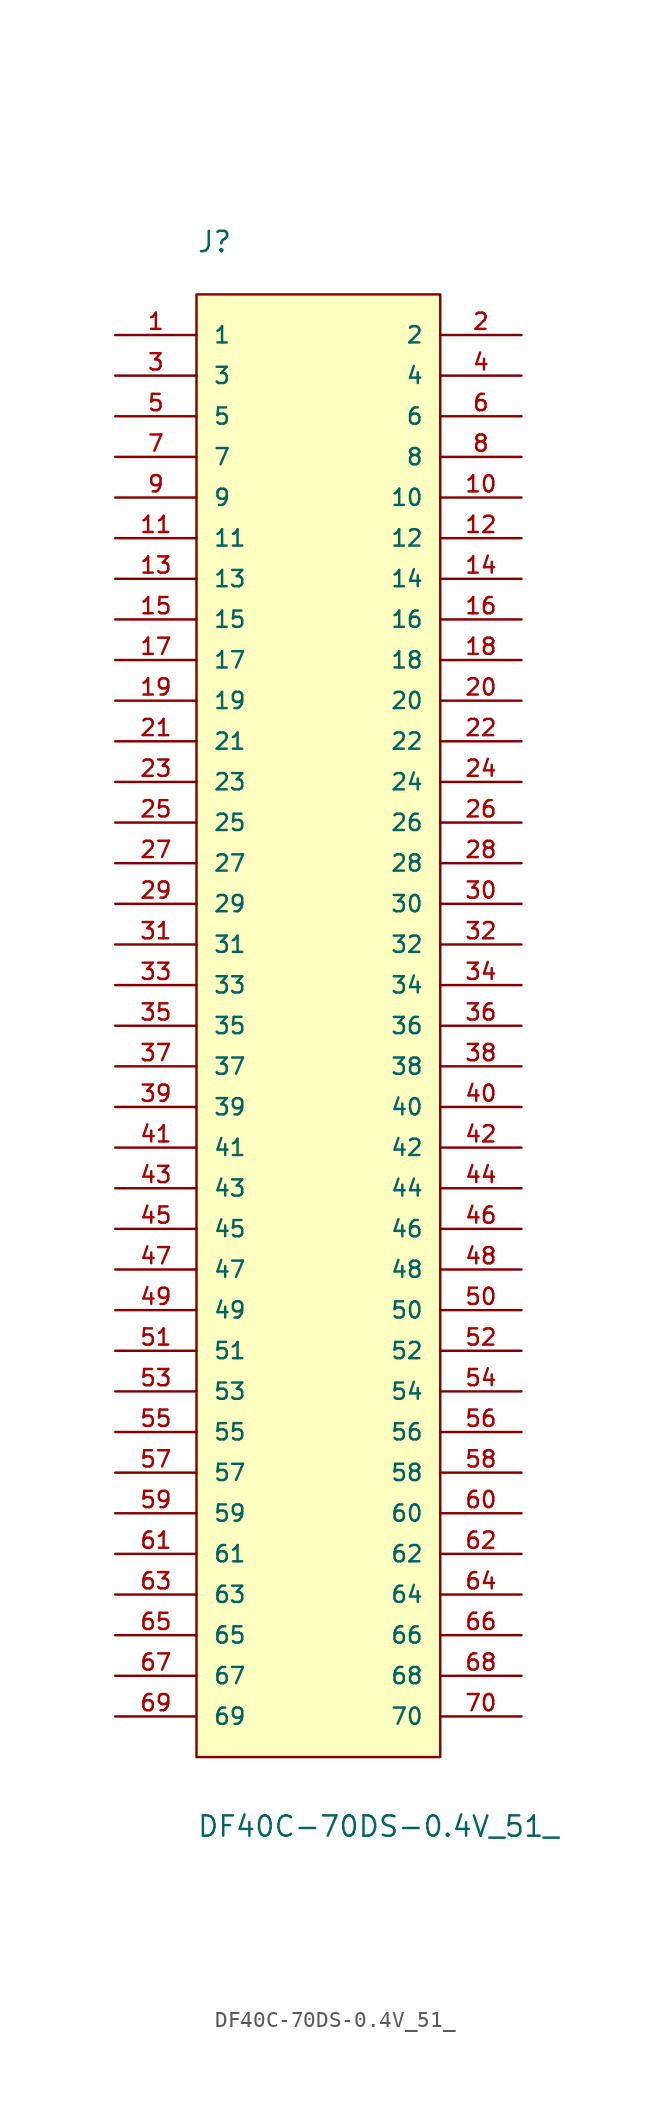
<source format=kicad_sym>
(kicad_symbol_lib
  (version 20231120)
  (generator "kicad_symbol_editor")
  (generator_version "8.0")
  (symbol "DF40C-70DS-0.4V_51_"
    (pin_names
      (offset 1.016))
    (property "Reference" "J"
      (at -7.62 48.26 0)
      (effects (font (size 1.27 1.27)) (justify left bottom)))
    (property "Value" "DF40C-70DS-0.4V_51_"
      (at -7.62 -50.8 0)
      (effects (font (size 1.27 1.27)) (justify left bottom)))
    (symbol "DF40C-70DS-0.4V_51__0_0"
      (rectangle (start -7.62 -45.72) (end 7.62 45.72) (stroke (width 0.152) (type default)) (fill (type background)))
      (pin passive line (at -12.7 43.18 0) (length 5.08) (name "1" (effects (font (size 1.016 1.016)))) (number "1" (effects (font (size 1.016 1.016)))))
      (pin passive line (at 12.7 33.02 180) (length 5.08) (name "10" (effects (font (size 1.016 1.016)))) (number "10" (effects (font (size 1.016 1.016)))))
      (pin passive line (at -12.7 30.48 0) (length 5.08) (name "11" (effects (font (size 1.016 1.016)))) (number "11" (effects (font (size 1.016 1.016)))))
      (pin passive line (at 12.7 30.48 180) (length 5.08) (name "12" (effects (font (size 1.016 1.016)))) (number "12" (effects (font (size 1.016 1.016)))))
      (pin passive line (at -12.7 27.94 0) (length 5.08) (name "13" (effects (font (size 1.016 1.016)))) (number "13" (effects (font (size 1.016 1.016)))))
      (pin passive line (at 12.7 27.94 180) (length 5.08) (name "14" (effects (font (size 1.016 1.016)))) (number "14" (effects (font (size 1.016 1.016)))))
      (pin passive line (at -12.7 25.4 0) (length 5.08) (name "15" (effects (font (size 1.016 1.016)))) (number "15" (effects (font (size 1.016 1.016)))))
      (pin passive line (at 12.7 25.4 180) (length 5.08) (name "16" (effects (font (size 1.016 1.016)))) (number "16" (effects (font (size 1.016 1.016)))))
      (pin passive line (at -12.7 22.86 0) (length 5.08) (name "17" (effects (font (size 1.016 1.016)))) (number "17" (effects (font (size 1.016 1.016)))))
      (pin passive line (at 12.7 22.86 180) (length 5.08) (name "18" (effects (font (size 1.016 1.016)))) (number "18" (effects (font (size 1.016 1.016)))))
      (pin passive line (at -12.7 20.32 0) (length 5.08) (name "19" (effects (font (size 1.016 1.016)))) (number "19" (effects (font (size 1.016 1.016)))))
      (pin passive line (at 12.7 43.18 180) (length 5.08) (name "2" (effects (font (size 1.016 1.016)))) (number "2" (effects (font (size 1.016 1.016)))))
      (pin passive line (at 12.7 20.32 180) (length 5.08) (name "20" (effects (font (size 1.016 1.016)))) (number "20" (effects (font (size 1.016 1.016)))))
      (pin passive line (at -12.7 17.78 0) (length 5.08) (name "21" (effects (font (size 1.016 1.016)))) (number "21" (effects (font (size 1.016 1.016)))))
      (pin passive line (at 12.7 17.78 180) (length 5.08) (name "22" (effects (font (size 1.016 1.016)))) (number "22" (effects (font (size 1.016 1.016)))))
      (pin passive line (at -12.7 15.24 0) (length 5.08) (name "23" (effects (font (size 1.016 1.016)))) (number "23" (effects (font (size 1.016 1.016)))))
      (pin passive line (at 12.7 15.24 180) (length 5.08) (name "24" (effects (font (size 1.016 1.016)))) (number "24" (effects (font (size 1.016 1.016)))))
      (pin passive line (at -12.7 12.7 0) (length 5.08) (name "25" (effects (font (size 1.016 1.016)))) (number "25" (effects (font (size 1.016 1.016)))))
      (pin passive line (at 12.7 12.7 180) (length 5.08) (name "26" (effects (font (size 1.016 1.016)))) (number "26" (effects (font (size 1.016 1.016)))))
      (pin passive line (at -12.7 10.16 0) (length 5.08) (name "27" (effects (font (size 1.016 1.016)))) (number "27" (effects (font (size 1.016 1.016)))))
      (pin passive line (at 12.7 10.16 180) (length 5.08) (name "28" (effects (font (size 1.016 1.016)))) (number "28" (effects (font (size 1.016 1.016)))))
      (pin passive line (at -12.7 7.62 0) (length 5.08) (name "29" (effects (font (size 1.016 1.016)))) (number "29" (effects (font (size 1.016 1.016)))))
      (pin passive line (at -12.7 40.64 0) (length 5.08) (name "3" (effects (font (size 1.016 1.016)))) (number "3" (effects (font (size 1.016 1.016)))))
      (pin passive line (at 12.7 7.62 180) (length 5.08) (name "30" (effects (font (size 1.016 1.016)))) (number "30" (effects (font (size 1.016 1.016)))))
      (pin passive line (at -12.7 5.08 0) (length 5.08) (name "31" (effects (font (size 1.016 1.016)))) (number "31" (effects (font (size 1.016 1.016)))))
      (pin passive line (at 12.7 5.08 180) (length 5.08) (name "32" (effects (font (size 1.016 1.016)))) (number "32" (effects (font (size 1.016 1.016)))))
      (pin passive line (at -12.7 2.54 0) (length 5.08) (name "33" (effects (font (size 1.016 1.016)))) (number "33" (effects (font (size 1.016 1.016)))))
      (pin passive line (at 12.7 2.54 180) (length 5.08) (name "34" (effects (font (size 1.016 1.016)))) (number "34" (effects (font (size 1.016 1.016)))))
      (pin passive line (at -12.7 0 0) (length 5.08) (name "35" (effects (font (size 1.016 1.016)))) (number "35" (effects (font (size 1.016 1.016)))))
      (pin passive line (at 12.7 0 180) (length 5.08) (name "36" (effects (font (size 1.016 1.016)))) (number "36" (effects (font (size 1.016 1.016)))))
      (pin passive line (at -12.7 -2.54 0) (length 5.08) (name "37" (effects (font (size 1.016 1.016)))) (number "37" (effects (font (size 1.016 1.016)))))
      (pin passive line (at 12.7 -2.54 180) (length 5.08) (name "38" (effects (font (size 1.016 1.016)))) (number "38" (effects (font (size 1.016 1.016)))))
      (pin passive line (at -12.7 -5.08 0) (length 5.08) (name "39" (effects (font (size 1.016 1.016)))) (number "39" (effects (font (size 1.016 1.016)))))
      (pin passive line (at 12.7 40.64 180) (length 5.08) (name "4" (effects (font (size 1.016 1.016)))) (number "4" (effects (font (size 1.016 1.016)))))
      (pin passive line (at 12.7 -5.08 180) (length 5.08) (name "40" (effects (font (size 1.016 1.016)))) (number "40" (effects (font (size 1.016 1.016)))))
      (pin passive line (at -12.7 -7.62 0) (length 5.08) (name "41" (effects (font (size 1.016 1.016)))) (number "41" (effects (font (size 1.016 1.016)))))
      (pin passive line (at 12.7 -7.62 180) (length 5.08) (name "42" (effects (font (size 1.016 1.016)))) (number "42" (effects (font (size 1.016 1.016)))))
      (pin passive line (at -12.7 -10.16 0) (length 5.08) (name "43" (effects (font (size 1.016 1.016)))) (number "43" (effects (font (size 1.016 1.016)))))
      (pin passive line (at 12.7 -10.16 180) (length 5.08) (name "44" (effects (font (size 1.016 1.016)))) (number "44" (effects (font (size 1.016 1.016)))))
      (pin passive line (at -12.7 -12.7 0) (length 5.08) (name "45" (effects (font (size 1.016 1.016)))) (number "45" (effects (font (size 1.016 1.016)))))
      (pin passive line (at 12.7 -12.7 180) (length 5.08) (name "46" (effects (font (size 1.016 1.016)))) (number "46" (effects (font (size 1.016 1.016)))))
      (pin passive line (at -12.7 -15.24 0) (length 5.08) (name "47" (effects (font (size 1.016 1.016)))) (number "47" (effects (font (size 1.016 1.016)))))
      (pin passive line (at 12.7 -15.24 180) (length 5.08) (name "48" (effects (font (size 1.016 1.016)))) (number "48" (effects (font (size 1.016 1.016)))))
      (pin passive line (at -12.7 -17.78 0) (length 5.08) (name "49" (effects (font (size 1.016 1.016)))) (number "49" (effects (font (size 1.016 1.016)))))
      (pin passive line (at -12.7 38.1 0) (length 5.08) (name "5" (effects (font (size 1.016 1.016)))) (number "5" (effects (font (size 1.016 1.016)))))
      (pin passive line (at 12.7 -17.78 180) (length 5.08) (name "50" (effects (font (size 1.016 1.016)))) (number "50" (effects (font (size 1.016 1.016)))))
      (pin passive line (at -12.7 -20.32 0) (length 5.08) (name "51" (effects (font (size 1.016 1.016)))) (number "51" (effects (font (size 1.016 1.016)))))
      (pin passive line (at 12.7 -20.32 180) (length 5.08) (name "52" (effects (font (size 1.016 1.016)))) (number "52" (effects (font (size 1.016 1.016)))))
      (pin passive line (at -12.7 -22.86 0) (length 5.08) (name "53" (effects (font (size 1.016 1.016)))) (number "53" (effects (font (size 1.016 1.016)))))
      (pin passive line (at 12.7 -22.86 180) (length 5.08) (name "54" (effects (font (size 1.016 1.016)))) (number "54" (effects (font (size 1.016 1.016)))))
      (pin passive line (at -12.7 -25.4 0) (length 5.08) (name "55" (effects (font (size 1.016 1.016)))) (number "55" (effects (font (size 1.016 1.016)))))
      (pin passive line (at 12.7 -25.4 180) (length 5.08) (name "56" (effects (font (size 1.016 1.016)))) (number "56" (effects (font (size 1.016 1.016)))))
      (pin passive line (at -12.7 -27.94 0) (length 5.08) (name "57" (effects (font (size 1.016 1.016)))) (number "57" (effects (font (size 1.016 1.016)))))
      (pin passive line (at 12.7 -27.94 180) (length 5.08) (name "58" (effects (font (size 1.016 1.016)))) (number "58" (effects (font (size 1.016 1.016)))))
      (pin passive line (at -12.7 -30.48 0) (length 5.08) (name "59" (effects (font (size 1.016 1.016)))) (number "59" (effects (font (size 1.016 1.016)))))
      (pin passive line (at 12.7 38.1 180) (length 5.08) (name "6" (effects (font (size 1.016 1.016)))) (number "6" (effects (font (size 1.016 1.016)))))
      (pin passive line (at 12.7 -30.48 180) (length 5.08) (name "60" (effects (font (size 1.016 1.016)))) (number "60" (effects (font (size 1.016 1.016)))))
      (pin passive line (at -12.7 -33.02 0) (length 5.08) (name "61" (effects (font (size 1.016 1.016)))) (number "61" (effects (font (size 1.016 1.016)))))
      (pin passive line (at 12.7 -33.02 180) (length 5.08) (name "62" (effects (font (size 1.016 1.016)))) (number "62" (effects (font (size 1.016 1.016)))))
      (pin passive line (at -12.7 -35.56 0) (length 5.08) (name "63" (effects (font (size 1.016 1.016)))) (number "63" (effects (font (size 1.016 1.016)))))
      (pin passive line (at 12.7 -35.56 180) (length 5.08) (name "64" (effects (font (size 1.016 1.016)))) (number "64" (effects (font (size 1.016 1.016)))))
      (pin passive line (at -12.7 -38.1 0) (length 5.08) (name "65" (effects (font (size 1.016 1.016)))) (number "65" (effects (font (size 1.016 1.016)))))
      (pin passive line (at 12.7 -38.1 180) (length 5.08) (name "66" (effects (font (size 1.016 1.016)))) (number "66" (effects (font (size 1.016 1.016)))))
      (pin passive line (at -12.7 -40.64 0) (length 5.08) (name "67" (effects (font (size 1.016 1.016)))) (number "67" (effects (font (size 1.016 1.016)))))
      (pin passive line (at 12.7 -40.64 180) (length 5.08) (name "68" (effects (font (size 1.016 1.016)))) (number "68" (effects (font (size 1.016 1.016)))))
      (pin passive line (at -12.7 -43.18 0) (length 5.08) (name "69" (effects (font (size 1.016 1.016)))) (number "69" (effects (font (size 1.016 1.016)))))
      (pin passive line (at -12.7 35.56 0) (length 5.08) (name "7" (effects (font (size 1.016 1.016)))) (number "7" (effects (font (size 1.016 1.016)))))
      (pin passive line (at 12.7 -43.18 180) (length 5.08) (name "70" (effects (font (size 1.016 1.016)))) (number "70" (effects (font (size 1.016 1.016)))))
      (pin passive line (at 12.7 35.56 180) (length 5.08) (name "8" (effects (font (size 1.016 1.016)))) (number "8" (effects (font (size 1.016 1.016)))))
      (pin passive line (at -12.7 33.02 0) (length 5.08) (name "9" (effects (font (size 1.016 1.016)))) (number "9" (effects (font (size 1.016 1.016))))))))
</source>
